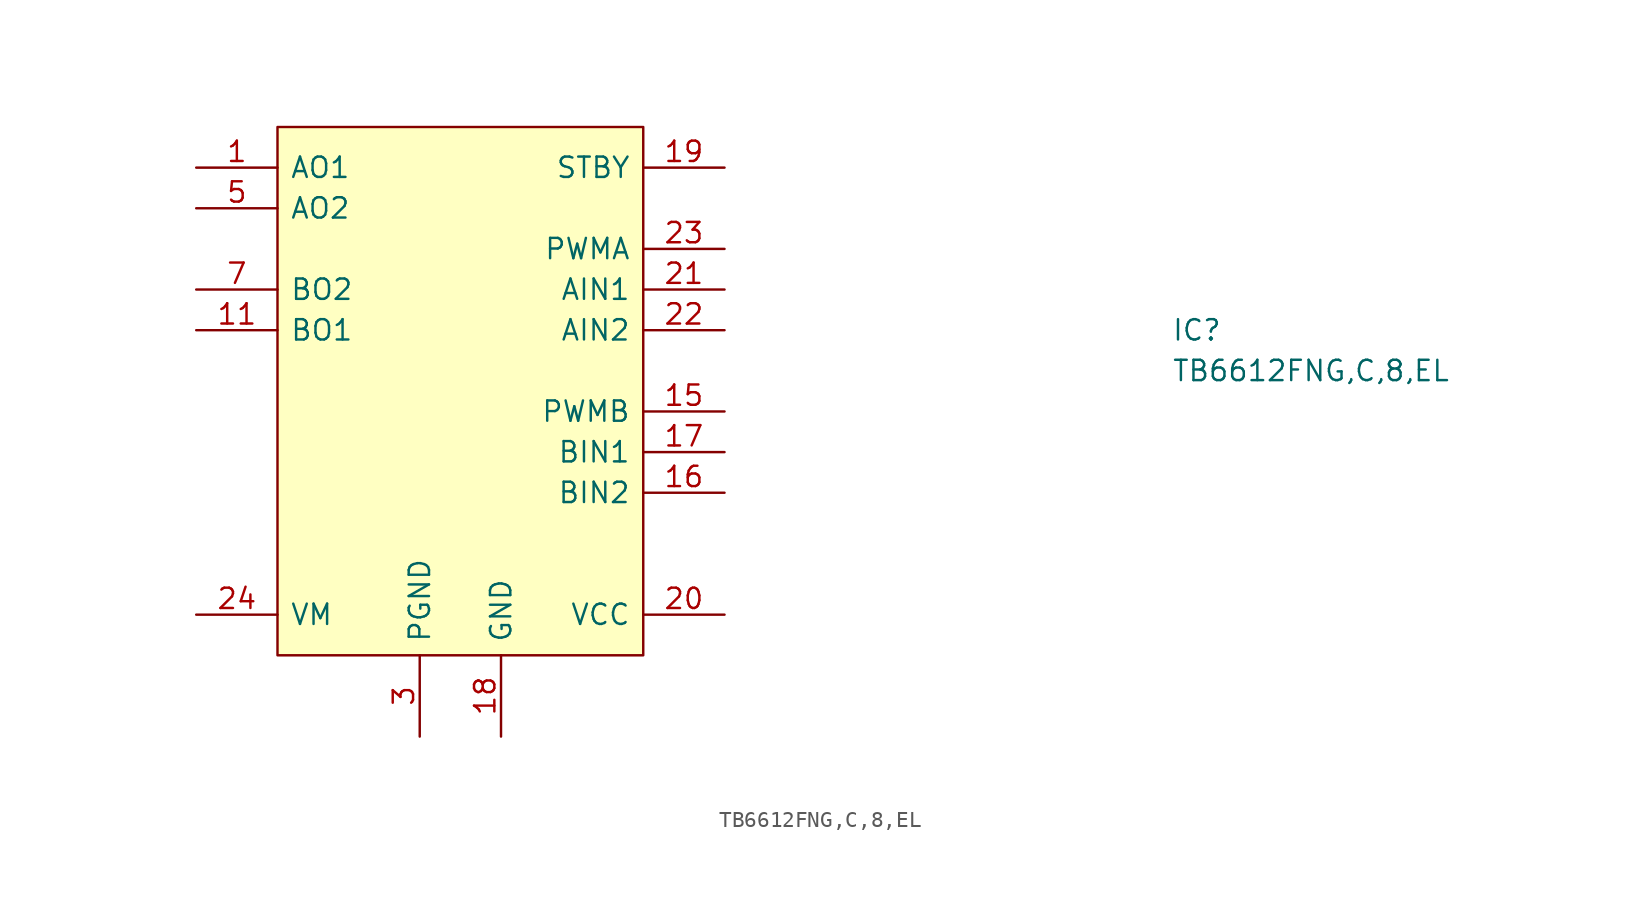
<source format=kicad_sym>
(kicad_symbol_lib
  (version 20220914)
  (generator kicad_symbol_editor)
  (symbol "TB6612FNG,C,8,EL"
    (pin_names
      (offset 0.762))
    (property "Reference" "IC"
      (at 44.45 3.81 0)
      (effects (font (size 1.27 1.27)) (justify left)))
    (property "Value" "TB6612FNG,C,8,EL"
      (at 44.45 1.27 0)
      (effects (font (size 1.27 1.27)) (justify left)))
    (symbol "TB6612FNG,C,8,EL_0_0"
      (pin passive line (at 16.51 -1.27 180) (length 5.08) (name "PWMB" (effects (font (size 1.27 1.27)))) (number "15" (effects (font (size 1.27 1.27)))))
      (pin passive line (at 16.51 -6.35 180) (length 5.08) (name "BIN2" (effects (font (size 1.27 1.27)))) (number "16" (effects (font (size 1.27 1.27)))))
      (pin passive line (at 16.51 -3.81 180) (length 5.08) (name "BIN1" (effects (font (size 1.27 1.27)))) (number "17" (effects (font (size 1.27 1.27)))))
      (pin passive line (at 2.54 -21.59 90) (length 5.08) (name "GND" (effects (font (size 1.27 1.27)))) (number "18" (effects (font (size 1.27 1.27)))))
      (pin passive line (at 16.51 13.97 180) (length 5.08) (name "STBY" (effects (font (size 1.27 1.27)))) (number "19" (effects (font (size 1.27 1.27)))))
      (pin passive line (at 16.51 -13.97 180) (length 5.08) (name "VCC" (effects (font (size 1.27 1.27)))) (number "20" (effects (font (size 1.27 1.27)))))
      (pin passive line (at 16.51 6.35 180) (length 5.08) (name "AIN1" (effects (font (size 1.27 1.27)))) (number "21" (effects (font (size 1.27 1.27)))))
      (pin passive line (at 16.51 3.81 180) (length 5.08) (name "AIN2" (effects (font (size 1.27 1.27)))) (number "22" (effects (font (size 1.27 1.27)))))
      (pin passive line (at 16.51 8.89 180) (length 5.08) (name "PWMA" (effects (font (size 1.27 1.27)))) (number "23" (effects (font (size 1.27 1.27))))))
    (symbol "TB6612FNG,C,8,EL_1_0"
      (pin passive line (at -16.51 13.97 0) (length 5.08) (name "AO1" (effects (font (size 1.27 1.27)))) (number "1" (effects (font (size 1.27 1.27)))))
      (pin passive line (at -2.54 -21.59 90) (length 5.08) hide (name "PGND" (effects (font (size 1.27 1.27)))) (number "10" (effects (font (size 1.27 1.27)))))
      (pin passive line (at -16.51 3.81 0) (length 5.08) (name "BO1" (effects (font (size 1.27 1.27)))) (number "11" (effects (font (size 1.27 1.27)))))
      (pin passive line (at -16.51 3.81 0) (length 5.08) hide (name "BO1" (effects (font (size 1.27 1.27)))) (number "12" (effects (font (size 1.27 1.27)))))
      (pin passive line (at -16.51 -13.97 0) (length 5.08) hide (name "VM" (effects (font (size 1.27 1.27)))) (number "13" (effects (font (size 1.27 1.27)))))
      (pin passive line (at -16.51 -13.97 0) (length 5.08) hide (name "VM" (effects (font (size 1.27 1.27)))) (number "14" (effects (font (size 1.27 1.27)))))
      (pin passive line (at -16.51 13.97 0) (length 5.08) hide (name "AO1" (effects (font (size 1.27 1.27)))) (number "2" (effects (font (size 1.27 1.27)))))
      (pin passive line (at -16.51 -13.97 0) (length 5.08) (name "VM" (effects (font (size 1.27 1.27)))) (number "24" (effects (font (size 1.27 1.27)))))
      (pin passive line (at -2.54 -21.59 90) (length 5.08) (name "PGND" (effects (font (size 1.27 1.27)))) (number "3" (effects (font (size 1.27 1.27)))))
      (pin passive line (at -2.54 -21.59 90) (length 5.08) hide (name "PGND" (effects (font (size 1.27 1.27)))) (number "4" (effects (font (size 1.27 1.27)))))
      (pin passive line (at -16.51 11.43 0) (length 5.08) (name "AO2" (effects (font (size 1.27 1.27)))) (number "5" (effects (font (size 1.27 1.27)))))
      (pin passive line (at -16.51 11.43 0) (length 5.08) hide (name "AO2" (effects (font (size 1.27 1.27)))) (number "6" (effects (font (size 1.27 1.27)))))
      (pin passive line (at -16.51 6.35 0) (length 5.08) (name "BO2" (effects (font (size 1.27 1.27)))) (number "7" (effects (font (size 1.27 1.27)))))
      (pin passive line (at -16.51 6.35 0) (length 5.08) hide (name "BO2" (effects (font (size 1.27 1.27)))) (number "8" (effects (font (size 1.27 1.27)))))
      (pin passive line (at -2.54 -21.59 90) (length 5.08) hide (name "PGND" (effects (font (size 1.27 1.27)))) (number "9" (effects (font (size 1.27 1.27))))))
    (symbol "TB6612FNG,C,8,EL_1_1"
      (polyline (pts (xy -11.43 16.51) (xy 11.43 16.51) (xy 11.43 -16.51) (xy -11.43 -16.51) (xy -11.43 16.51)) (stroke (width 0.152) (type solid)) (fill (type background))))))
</source>
